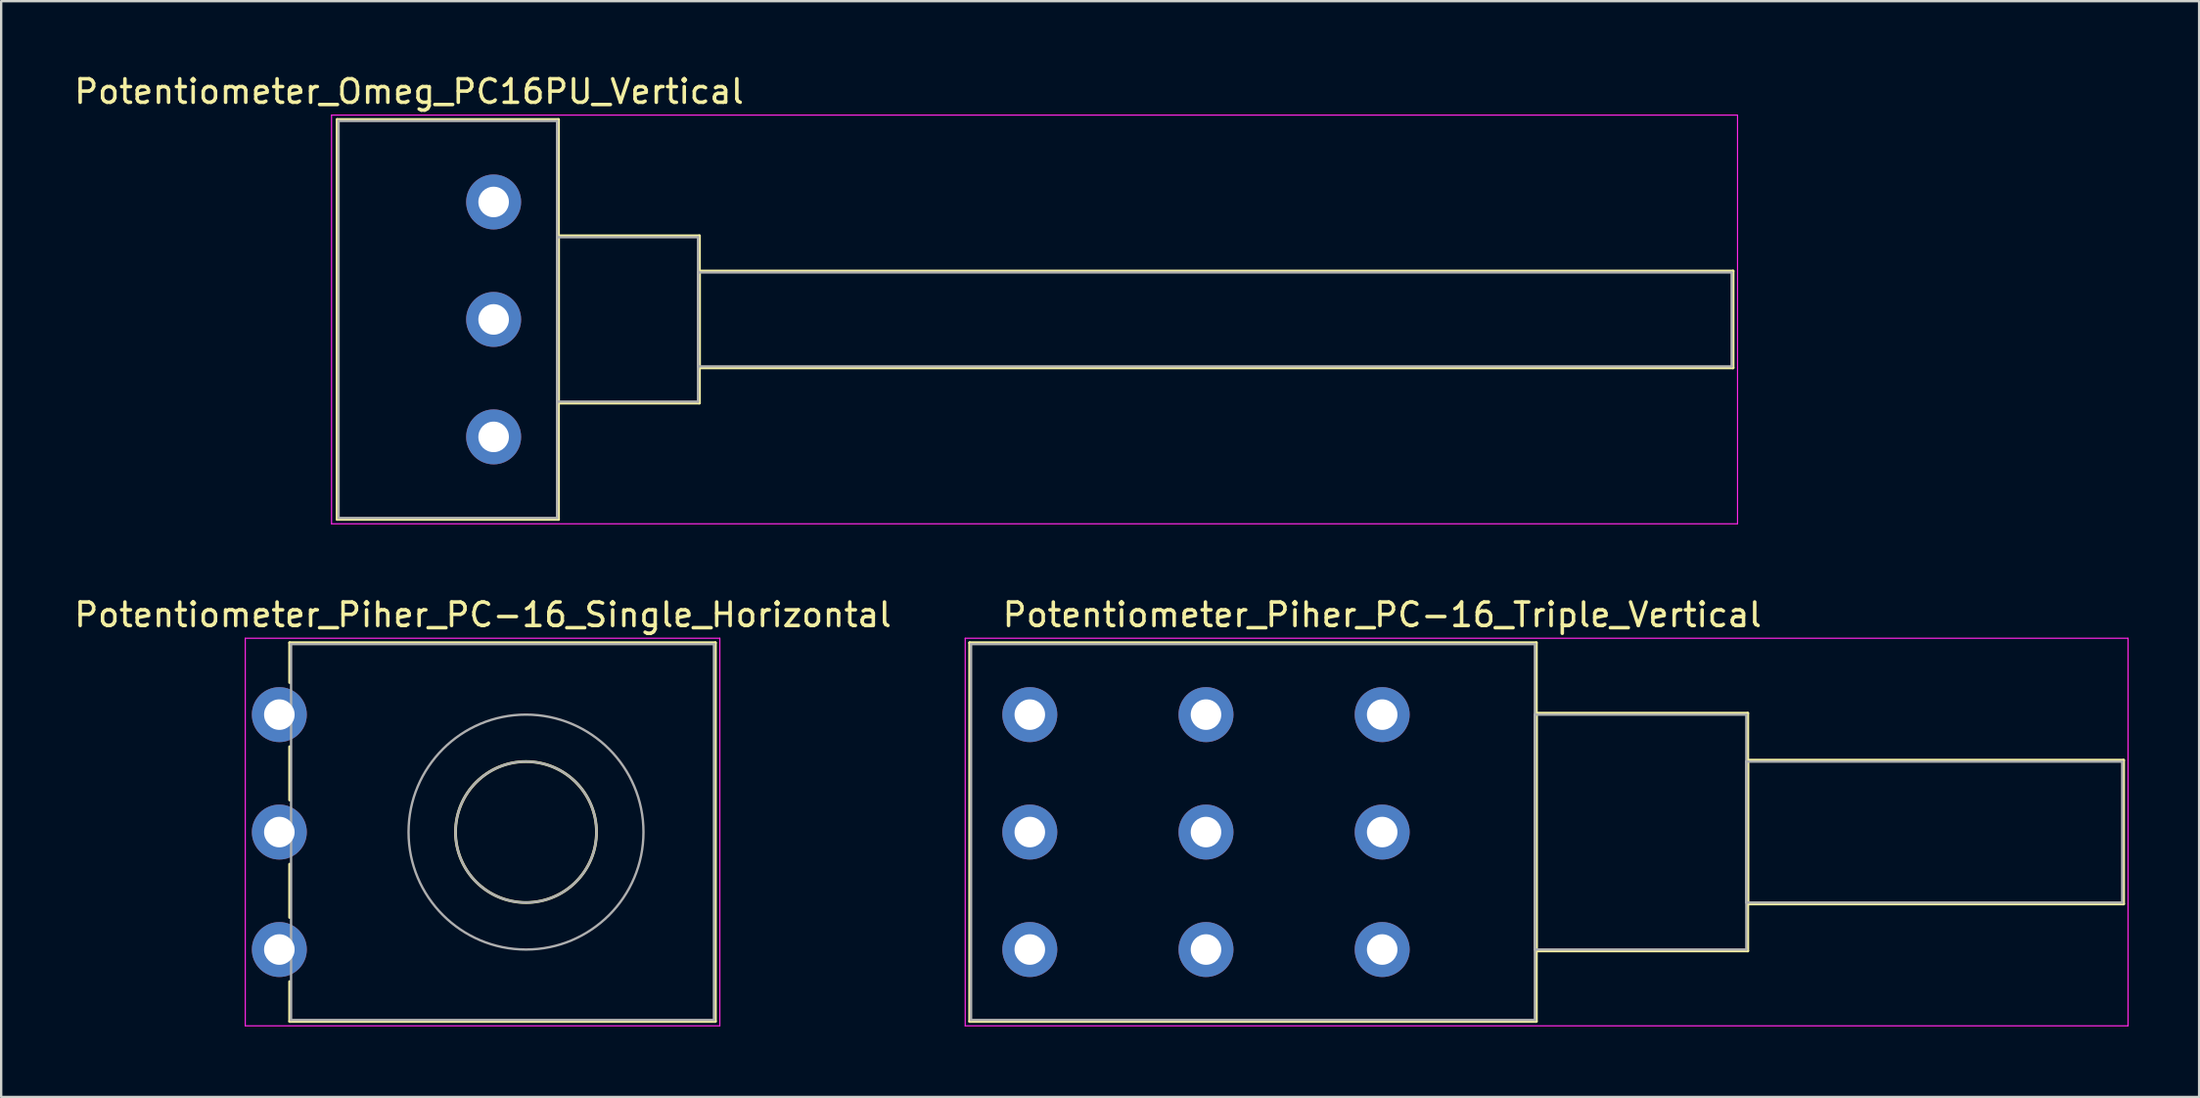
<source format=kicad_pcb>
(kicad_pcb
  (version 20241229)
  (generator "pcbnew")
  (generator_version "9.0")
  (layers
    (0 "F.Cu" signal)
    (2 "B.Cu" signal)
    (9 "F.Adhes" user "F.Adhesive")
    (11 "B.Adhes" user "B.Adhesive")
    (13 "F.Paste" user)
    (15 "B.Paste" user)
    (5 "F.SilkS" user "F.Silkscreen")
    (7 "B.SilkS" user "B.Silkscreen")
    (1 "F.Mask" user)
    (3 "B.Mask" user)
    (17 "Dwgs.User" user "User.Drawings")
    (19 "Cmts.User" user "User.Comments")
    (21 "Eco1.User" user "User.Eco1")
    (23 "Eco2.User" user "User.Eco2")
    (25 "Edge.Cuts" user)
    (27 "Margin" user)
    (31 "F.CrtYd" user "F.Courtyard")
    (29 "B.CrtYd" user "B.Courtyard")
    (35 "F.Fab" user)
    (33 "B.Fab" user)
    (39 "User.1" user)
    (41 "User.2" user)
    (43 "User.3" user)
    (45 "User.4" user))
  (footprint "Potentiometer_Piher_PC-16_Single_Horizontal"
    (layer "F.Cu")
    (at 8.841 37.371)
    (property "Reference" "Potentiometer_Piher_PC-16_Single_Horizontal" (at 8.665 -14.25 0) (layer "F.SilkS") (effects (font (size 1 1) (thickness 0.15))))
    (attr through_hole)
    (fp_line (start 0.44 -13.06) (end 0.44 -11.365) (stroke (width 0.12) (type solid)) (layer "F.SilkS"))
    (fp_line (start 0.44 -13.06) (end 18.561 -13.06) (stroke (width 0.12) (type solid)) (layer "F.SilkS"))
    (fp_line (start 0.44 -8.635) (end 0.44 -6.365) (stroke (width 0.12) (type solid)) (layer "F.SilkS"))
    (fp_line (start 0.44 -3.635) (end 0.44 -1.365) (stroke (width 0.12) (type solid)) (layer "F.SilkS"))
    (fp_line (start 0.44 1.365) (end 0.44 3.06) (stroke (width 0.12) (type solid)) (layer "F.SilkS"))
    (fp_line (start 0.44 3.06) (end 18.561 3.06) (stroke (width 0.12) (type solid)) (layer "F.SilkS"))
    (fp_line (start 18.561 -13.06) (end 18.561 3.06) (stroke (width 0.12) (type solid)) (layer "F.SilkS"))
    (fp_circle (center 10.5 -5) (end 13.5 -5) (stroke (width 0.12) (type solid)) (fill no) (layer "F.SilkS"))
    (fp_line (start -1.45 -13.25) (end -1.45 3.25) (stroke (width 0.05) (type solid)) (layer "F.CrtYd"))
    (fp_line (start -1.45 3.25) (end 18.75 3.25) (stroke (width 0.05) (type solid)) (layer "F.CrtYd"))
    (fp_line (start 18.75 -13.25) (end -1.45 -13.25) (stroke (width 0.05) (type solid)) (layer "F.CrtYd"))
    (fp_line (start 18.75 3.25) (end 18.75 -13.25) (stroke (width 0.05) (type solid)) (layer "F.CrtYd"))
    (fp_line (start 0.5 -13) (end 0.5 3) (stroke (width 0.1) (type solid)) (layer "F.Fab"))
    (fp_line (start 0.5 3) (end 18.5 3) (stroke (width 0.1) (type solid)) (layer "F.Fab"))
    (fp_line (start 18.5 -13) (end 0.5 -13) (stroke (width 0.1) (type solid)) (layer "F.Fab"))
    (fp_line (start 18.5 3) (end 18.5 -13) (stroke (width 0.1) (type solid)) (layer "F.Fab"))
    (fp_circle (center 10.5 -5) (end 13.5 -5) (stroke (width 0.1) (type solid)) (fill no) (layer "F.Fab"))
    (fp_circle (center 10.5 -5) (end 15.5 -5) (stroke (width 0.1) (type solid)) (fill no) (layer "F.Fab"))
    (pad "1" thru_hole circle (at 0 0) (size 2.34 2.34) (drill 1.3) (layers "*.Cu" "*.Mask"))
    (pad "2" thru_hole circle (at 0 -5) (size 2.34 2.34) (drill 1.3) (layers "*.Cu" "*.Mask"))
    (pad "3" thru_hole circle (at 0 -10) (size 2.34 2.34) (drill 1.3) (layers "*.Cu" "*.Mask")))
  (footprint "Potentiometer_Omeg_PC16PU_Vertical"
    (layer "F.Cu")
    (at 17.963 15.548)
    (property "Reference" "Potentiometer_Omeg_PC16PU_Vertical" (at -3.6 -14.7 0) (layer "F.SilkS") (effects (font (size 1 1) (thickness 0.15))))
    (attr through_hole)
    (fp_line (start -6.661 -13.51) (end -6.661 3.51) (stroke (width 0.12) (type solid)) (layer "F.SilkS"))
    (fp_line (start -6.661 -13.51) (end 2.76 -13.51) (stroke (width 0.12) (type solid)) (layer "F.SilkS"))
    (fp_line (start -6.661 3.51) (end 2.76 3.51) (stroke (width 0.12) (type solid)) (layer "F.SilkS"))
    (fp_line (start 2.76 -13.51) (end 2.76 3.51) (stroke (width 0.12) (type solid)) (layer "F.SilkS"))
    (fp_line (start 2.76 -8.56) (end 2.76 -1.44) (stroke (width 0.12) (type solid)) (layer "F.SilkS"))
    (fp_line (start 2.76 -8.56) (end 8.76 -8.56) (stroke (width 0.12) (type solid)) (layer "F.SilkS"))
    (fp_line (start 2.76 -1.44) (end 8.76 -1.44) (stroke (width 0.12) (type solid)) (layer "F.SilkS"))
    (fp_line (start 8.76 -8.56) (end 8.76 -1.44) (stroke (width 0.12) (type solid)) (layer "F.SilkS"))
    (fp_line (start 8.76 -7.06) (end 8.76 -2.94) (stroke (width 0.12) (type solid)) (layer "F.SilkS"))
    (fp_line (start 8.76 -7.06) (end 52.76 -7.06) (stroke (width 0.12) (type solid)) (layer "F.SilkS"))
    (fp_line (start 8.76 -2.94) (end 52.76 -2.94) (stroke (width 0.12) (type solid)) (layer "F.SilkS"))
    (fp_line (start 52.76 -7.06) (end 52.76 -2.94) (stroke (width 0.12) (type solid)) (layer "F.SilkS"))
    (fp_line (start -6.9 -13.7) (end -6.9 3.7) (stroke (width 0.05) (type solid)) (layer "F.CrtYd"))
    (fp_line (start -6.9 3.7) (end 52.95 3.7) (stroke (width 0.05) (type solid)) (layer "F.CrtYd"))
    (fp_line (start 52.95 -13.7) (end -6.9 -13.7) (stroke (width 0.05) (type solid)) (layer "F.CrtYd"))
    (fp_line (start 52.95 3.7) (end 52.95 -13.7) (stroke (width 0.05) (type solid)) (layer "F.CrtYd"))
    (fp_line (start -6.6 -13.45) (end -6.6 3.45) (stroke (width 0.1) (type solid)) (layer "F.Fab"))
    (fp_line (start -6.6 3.45) (end 2.7 3.45) (stroke (width 0.1) (type solid)) (layer "F.Fab"))
    (fp_line (start 2.7 -13.45) (end -6.6 -13.45) (stroke (width 0.1) (type solid)) (layer "F.Fab"))
    (fp_line (start 2.7 -8.5) (end 2.7 -1.5) (stroke (width 0.1) (type solid)) (layer "F.Fab"))
    (fp_line (start 2.7 -1.5) (end 8.7 -1.5) (stroke (width 0.1) (type solid)) (layer "F.Fab"))
    (fp_line (start 2.7 3.45) (end 2.7 -13.45) (stroke (width 0.1) (type solid)) (layer "F.Fab"))
    (fp_line (start 8.7 -8.5) (end 2.7 -8.5) (stroke (width 0.1) (type solid)) (layer "F.Fab"))
    (fp_line (start 8.7 -7) (end 8.7 -3) (stroke (width 0.1) (type solid)) (layer "F.Fab"))
    (fp_line (start 8.7 -3) (end 52.7 -3) (stroke (width 0.1) (type solid)) (layer "F.Fab"))
    (fp_line (start 8.7 -1.5) (end 8.7 -8.5) (stroke (width 0.1) (type solid)) (layer "F.Fab"))
    (fp_line (start 52.7 -7) (end 8.7 -7) (stroke (width 0.1) (type solid)) (layer "F.Fab"))
    (fp_line (start 52.7 -3) (end 52.7 -7) (stroke (width 0.1) (type solid)) (layer "F.Fab"))
    (pad "1" thru_hole circle (at 0 0) (size 2.34 2.34) (drill 1.3) (layers "*.Cu" "*.Mask"))
    (pad "2" thru_hole circle (at 0 -5) (size 2.34 2.34) (drill 1.3) (layers "*.Cu" "*.Mask"))
    (pad "3" thru_hole circle (at 0 -10) (size 2.34 2.34) (drill 1.3) (layers "*.Cu" "*.Mask")))
  (footprint "Potentiometer_Piher_PC-16_Triple_Vertical"
    (layer "F.Cu")
    (at 55.787 37.371)
    (property "Reference" "Potentiometer_Piher_PC-16_Triple_Vertical" (at 0 -14.25 0) (layer "F.SilkS") (effects (font (size 1 1) (thickness 0.15))))
    (attr through_hole)
    (fp_line (start -17.56 -13.06) (end -17.56 3.06) (stroke (width 0.12) (type solid)) (layer "F.SilkS"))
    (fp_line (start -17.56 -13.06) (end 6.561 -13.06) (stroke (width 0.12) (type solid)) (layer "F.SilkS"))
    (fp_line (start -17.56 3.06) (end 6.561 3.06) (stroke (width 0.12) (type solid)) (layer "F.SilkS"))
    (fp_line (start 6.561 -13.06) (end 6.561 3.06) (stroke (width 0.12) (type solid)) (layer "F.SilkS"))
    (fp_line (start 6.561 -10.06) (end 6.561 0.06) (stroke (width 0.12) (type solid)) (layer "F.SilkS"))
    (fp_line (start 6.561 -10.06) (end 15.561 -10.06) (stroke (width 0.12) (type solid)) (layer "F.SilkS"))
    (fp_line (start 6.561 0.06) (end 15.561 0.06) (stroke (width 0.12) (type solid)) (layer "F.SilkS"))
    (fp_line (start 15.561 -10.06) (end 15.561 0.06) (stroke (width 0.12) (type solid)) (layer "F.SilkS"))
    (fp_line (start 15.561 -8.06) (end 15.561 -1.94) (stroke (width 0.12) (type solid)) (layer "F.SilkS"))
    (fp_line (start 15.561 -8.06) (end 31.56 -8.06) (stroke (width 0.12) (type solid)) (layer "F.SilkS"))
    (fp_line (start 15.561 -1.94) (end 31.56 -1.94) (stroke (width 0.12) (type solid)) (layer "F.SilkS"))
    (fp_line (start 31.56 -8.06) (end 31.56 -1.94) (stroke (width 0.12) (type solid)) (layer "F.SilkS"))
    (fp_line (start -17.75 -13.25) (end -17.75 3.25) (stroke (width 0.05) (type solid)) (layer "F.CrtYd"))
    (fp_line (start -17.75 3.25) (end 31.75 3.25) (stroke (width 0.05) (type solid)) (layer "F.CrtYd"))
    (fp_line (start 31.75 -13.25) (end -17.75 -13.25) (stroke (width 0.05) (type solid)) (layer "F.CrtYd"))
    (fp_line (start 31.75 3.25) (end 31.75 -13.25) (stroke (width 0.05) (type solid)) (layer "F.CrtYd"))
    (fp_line (start -17.5 -13) (end -17.5 3) (stroke (width 0.1) (type solid)) (layer "F.Fab"))
    (fp_line (start -17.5 3) (end 6.5 3) (stroke (width 0.1) (type solid)) (layer "F.Fab"))
    (fp_line (start 6.5 -13) (end -17.5 -13) (stroke (width 0.1) (type solid)) (layer "F.Fab"))
    (fp_line (start 6.5 -10) (end 6.5 0) (stroke (width 0.1) (type solid)) (layer "F.Fab"))
    (fp_line (start 6.5 0) (end 15.5 0) (stroke (width 0.1) (type solid)) (layer "F.Fab"))
    (fp_line (start 6.5 3) (end 6.5 -13) (stroke (width 0.1) (type solid)) (layer "F.Fab"))
    (fp_line (start 15.5 -10) (end 6.5 -10) (stroke (width 0.1) (type solid)) (layer "F.Fab"))
    (fp_line (start 15.5 -8) (end 15.5 -2) (stroke (width 0.1) (type solid)) (layer "F.Fab"))
    (fp_line (start 15.5 -2) (end 31.5 -2) (stroke (width 0.1) (type solid)) (layer "F.Fab"))
    (fp_line (start 15.5 0) (end 15.5 -10) (stroke (width 0.1) (type solid)) (layer "F.Fab"))
    (fp_line (start 31.5 -8) (end 15.5 -8) (stroke (width 0.1) (type solid)) (layer "F.Fab"))
    (fp_line (start 31.5 -2) (end 31.5 -8) (stroke (width 0.1) (type solid)) (layer "F.Fab"))
    (pad "1" thru_hole circle (at 0 0) (size 2.34 2.34) (drill 1.3) (layers "*.Cu" "*.Mask"))
    (pad "2" thru_hole circle (at 0 -5) (size 2.34 2.34) (drill 1.3) (layers "*.Cu" "*.Mask"))
    (pad "3" thru_hole circle (at 0 -10) (size 2.34 2.34) (drill 1.3) (layers "*.Cu" "*.Mask"))
    (pad "4" thru_hole circle (at -7.5 0) (size 2.34 2.34) (drill 1.3) (layers "*.Cu" "*.Mask"))
    (pad "5" thru_hole circle (at -7.5 -5) (size 2.34 2.34) (drill 1.3) (layers "*.Cu" "*.Mask"))
    (pad "6" thru_hole circle (at -7.5 -10) (size 2.34 2.34) (drill 1.3) (layers "*.Cu" "*.Mask"))
    (pad "7" thru_hole circle (at -15 0) (size 2.34 2.34) (drill 1.3) (layers "*.Cu" "*.Mask"))
    (pad "8" thru_hole circle (at -15 -5) (size 2.34 2.34) (drill 1.3) (layers "*.Cu" "*.Mask"))
    (pad "9" thru_hole circle (at -15 -10) (size 2.34 2.34) (drill 1.3) (layers "*.Cu" "*.Mask")))
  (gr_rect
    (start -3 -3)
    (end 90.562 43.647)
    (stroke (width 0.1) (type default))
    (fill no)
    (layer "Edge.Cuts")))
</source>
